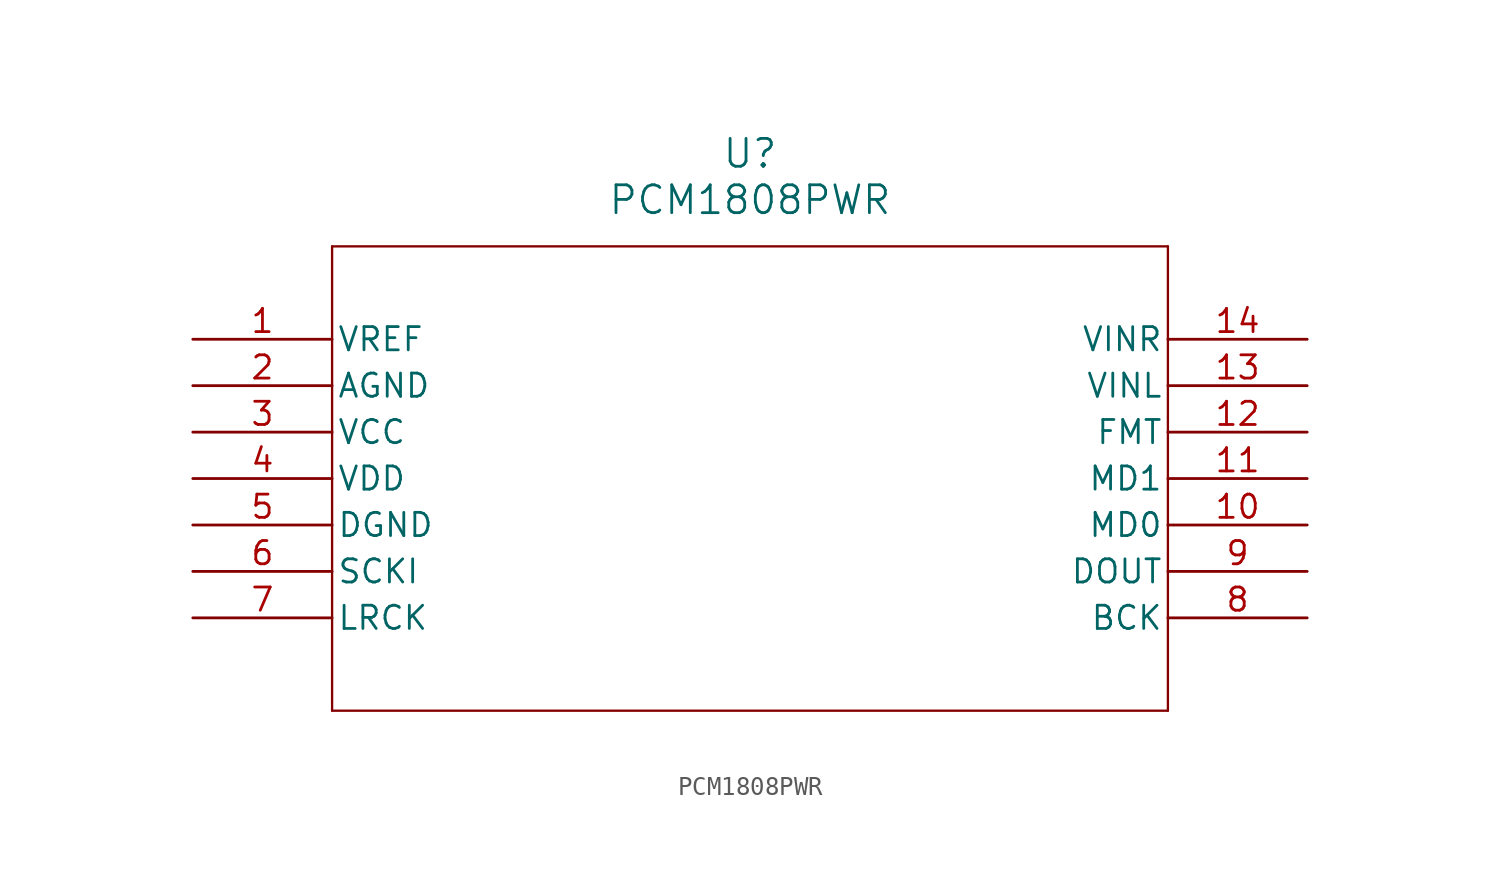
<source format=kicad_sym>
(kicad_symbol_lib
  (version 20211014)
  (generator kicad_symbol_editor)
  (symbol "PCM1808PWR"
    (pin_names
      (offset 0.254))
    (property "Reference" "U"
      (at 30.48 10.16 0)
      (effects (font (size 1.524 1.524))))
    (property "Value" "PCM1808PWR"
      (at 30.48 7.62 0)
      (effects (font (size 1.524 1.524))))
    (symbol "PCM1808PWR_0_1"
      (polyline (pts (xy 7.62 5.08) (xy 7.62 -20.32)) (stroke (width 0.127) (type default) (color 0 0 0 0)) (fill (type none)))
      (polyline (pts (xy 7.62 -20.32) (xy 53.34 -20.32)) (stroke (width 0.127) (type default) (color 0 0 0 0)) (fill (type none)))
      (polyline (pts (xy 53.34 -20.32) (xy 53.34 5.08)) (stroke (width 0.127) (type default) (color 0 0 0 0)) (fill (type none)))
      (polyline (pts (xy 53.34 5.08) (xy 7.62 5.08)) (stroke (width 0.127) (type default) (color 0 0 0 0)) (fill (type none)))
      (pin power_in line (at 0 0 0) (length 7.62) (name "VREF" (effects (font (size 1.27 1.27)))) (number "1" (effects (font (size 1.27 1.27)))))
      (pin power_in line (at 0 -2.54 0) (length 7.62) (name "AGND" (effects (font (size 1.27 1.27)))) (number "2" (effects (font (size 1.27 1.27)))))
      (pin power_in line (at 0 -5.08 0) (length 7.62) (name "VCC" (effects (font (size 1.27 1.27)))) (number "3" (effects (font (size 1.27 1.27)))))
      (pin power_in line (at 0 -7.62 0) (length 7.62) (name "VDD" (effects (font (size 1.27 1.27)))) (number "4" (effects (font (size 1.27 1.27)))))
      (pin power_in line (at 0 -10.16 0) (length 7.62) (name "DGND" (effects (font (size 1.27 1.27)))) (number "5" (effects (font (size 1.27 1.27)))))
      (pin input line (at 0 -12.7 0) (length 7.62) (name "SCKI" (effects (font (size 1.27 1.27)))) (number "6" (effects (font (size 1.27 1.27)))))
      (pin bidirectional line (at 0 -15.24 0) (length 7.62) (name "LRCK" (effects (font (size 1.27 1.27)))) (number "7" (effects (font (size 1.27 1.27)))))
      (pin bidirectional line (at 60.96 -15.24 180) (length 7.62) (name "BCK" (effects (font (size 1.27 1.27)))) (number "8" (effects (font (size 1.27 1.27)))))
      (pin output line (at 60.96 -12.7 180) (length 7.62) (name "DOUT" (effects (font (size 1.27 1.27)))) (number "9" (effects (font (size 1.27 1.27)))))
      (pin input line (at 60.96 -10.16 180) (length 7.62) (name "MD0" (effects (font (size 1.27 1.27)))) (number "10" (effects (font (size 1.27 1.27)))))
      (pin input line (at 60.96 -7.62 180) (length 7.62) (name "MD1" (effects (font (size 1.27 1.27)))) (number "11" (effects (font (size 1.27 1.27)))))
      (pin input line (at 60.96 -5.08 180) (length 7.62) (name "FMT" (effects (font (size 1.27 1.27)))) (number "12" (effects (font (size 1.27 1.27)))))
      (pin input line (at 60.96 -2.54 180) (length 7.62) (name "VINL" (effects (font (size 1.27 1.27)))) (number "13" (effects (font (size 1.27 1.27)))))
      (pin input line (at 60.96 0 180) (length 7.62) (name "VINR" (effects (font (size 1.27 1.27)))) (number "14" (effects (font (size 1.27 1.27))))))))
</source>
